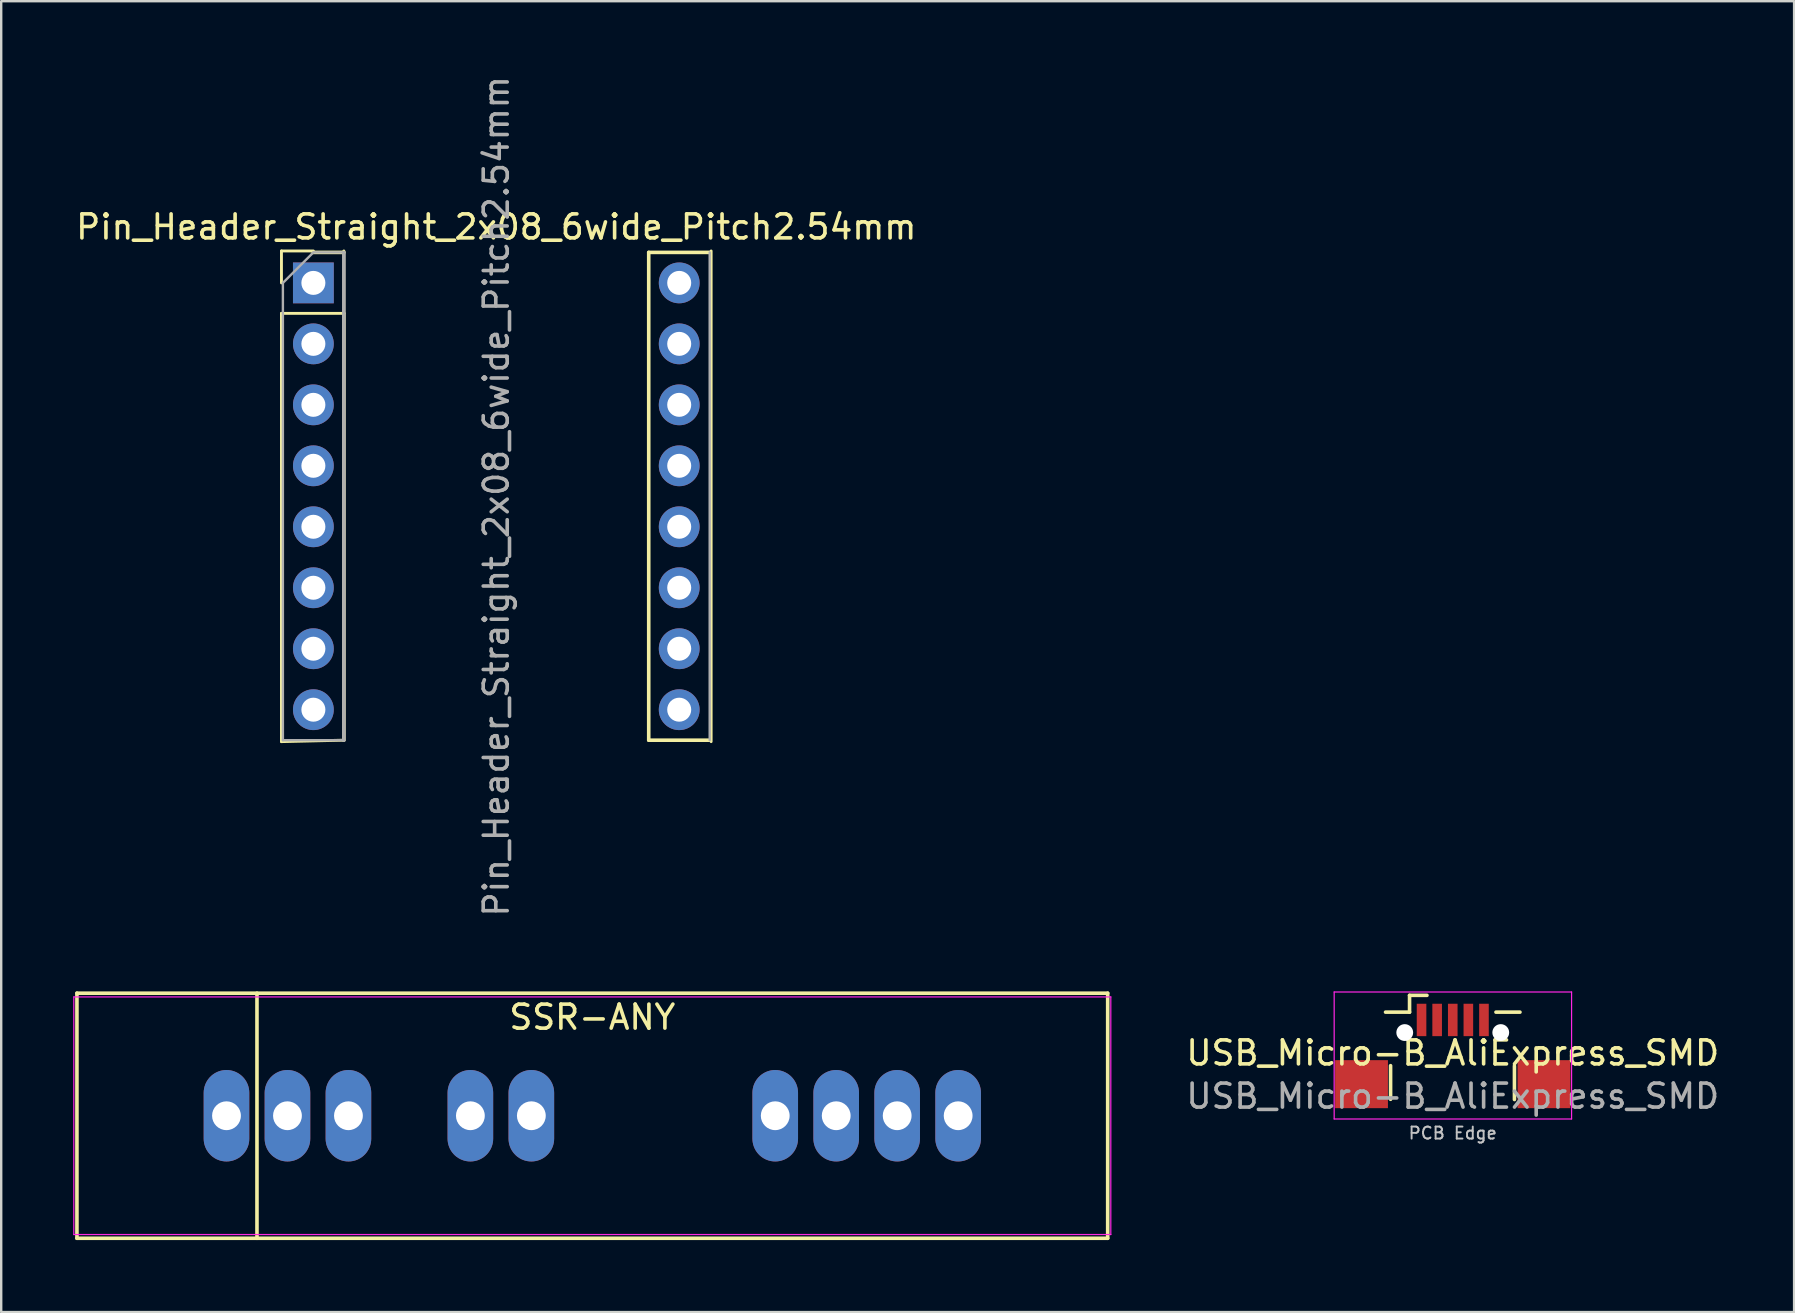
<source format=kicad_pcb>
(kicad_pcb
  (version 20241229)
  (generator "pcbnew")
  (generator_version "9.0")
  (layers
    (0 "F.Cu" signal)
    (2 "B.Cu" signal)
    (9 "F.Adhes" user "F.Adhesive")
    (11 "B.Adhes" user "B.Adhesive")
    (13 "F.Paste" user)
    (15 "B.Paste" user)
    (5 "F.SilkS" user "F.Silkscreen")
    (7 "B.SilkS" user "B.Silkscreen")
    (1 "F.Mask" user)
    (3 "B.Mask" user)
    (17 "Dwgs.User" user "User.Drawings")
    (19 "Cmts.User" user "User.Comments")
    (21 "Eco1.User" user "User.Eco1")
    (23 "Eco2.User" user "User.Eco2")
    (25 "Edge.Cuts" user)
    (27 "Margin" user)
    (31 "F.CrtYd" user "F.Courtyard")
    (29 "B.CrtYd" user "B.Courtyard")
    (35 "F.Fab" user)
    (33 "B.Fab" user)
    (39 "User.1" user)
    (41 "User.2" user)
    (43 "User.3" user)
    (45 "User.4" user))
  (footprint "SSR-ANY"
    (layer "F.Cu")
    (at 21.625 43.43)
    (property "Reference" "SSR-ANY" (at 0 -4.105 0) (layer "F.SilkS") (effects (font (size 1 1) (thickness 0.15))))
    (attr through_hole)
    (fp_line (start -21.47 -5.105) (end -21.47 5.105) (stroke (width 0.15) (type solid)) (layer "F.SilkS"))
    (fp_line (start -21.47 5.105) (end 21.47 5.105) (stroke (width 0.15) (type solid)) (layer "F.SilkS"))
    (fp_line (start -13.97 5.105) (end -13.97 -5.105) (stroke (width 0.15) (type solid)) (layer "F.SilkS"))
    (fp_line (start 21.47 -5.105) (end -21.47 -5.105) (stroke (width 0.15) (type solid)) (layer "F.SilkS"))
    (fp_line (start 21.47 5.105) (end 21.47 -5.105) (stroke (width 0.15) (type solid)) (layer "F.SilkS"))
    (fp_line (start -21.6 -4.95) (end -21.6 4.95) (stroke (width 0.05) (type solid)) (layer "F.CrtYd"))
    (fp_line (start -21.6 4.95) (end 21.6 4.95) (stroke (width 0.05) (type solid)) (layer "F.CrtYd"))
    (fp_line (start 21.6 -4.95) (end -21.6 -4.95) (stroke (width 0.05) (type solid)) (layer "F.CrtYd"))
    (fp_line (start 21.6 4.95) (end 21.6 -4.95) (stroke (width 0.05) (type solid)) (layer "F.CrtYd"))
    (pad "1" thru_hole oval (at -15.24 0) (size 1.9 3.81) (drill 1.2) (layers "*.Cu" "*.Mask"))
    (pad "1" thru_hole oval (at -12.7 0) (size 1.9 3.81) (drill 1.2) (layers "*.Cu" "*.Mask"))
    (pad "1" thru_hole oval (at -10.16 0) (size 1.9 3.81) (drill 1.2) (layers "*.Cu" "*.Mask"))
    (pad "2" thru_hole oval (at -5.08 0) (size 1.9 3.81) (drill 1.2) (layers "*.Cu" "*.Mask"))
    (pad "2" thru_hole oval (at -2.54 0) (size 1.9 3.81) (drill 1.2) (layers "*.Cu" "*.Mask"))
    (pad "3" thru_hole oval (at 7.62 0) (size 1.9 3.81) (drill 1.2) (layers "*.Cu" "*.Mask"))
    (pad "4" thru_hole oval (at 10.16 0) (size 1.9 3.81) (drill 1.2) (layers "*.Cu" "*.Mask"))
    (pad "4" thru_hole oval (at 12.7 0) (size 1.9 3.81) (drill 1.2) (layers "*.Cu" "*.Mask"))
    (pad "4" thru_hole oval (at 15.24 0) (size 1.9 3.81) (drill 1.2) (layers "*.Cu" "*.Mask")))
  (footprint "Pin_Header_Straight_2x08_6wide_Pitch2.54mm"
    (layer "F.Cu")
    (at 10.005 8.735)
    (property "Reference" "Pin_Header_Straight_2x08_6wide_Pitch2.54mm" (at 7.62 -2.33 0) (layer "F.SilkS") (effects (font (size 1 1) (thickness 0.15))))
    (attr through_hole)
    (fp_line (start -1.33 -1.33) (end 0 -1.33) (stroke (width 0.12) (type solid)) (layer "F.SilkS"))
    (fp_line (start -1.33 0) (end -1.33 -1.33) (stroke (width 0.12) (type solid)) (layer "F.SilkS"))
    (fp_line (start -1.33 1.27) (end -1.33 19.11) (stroke (width 0.12) (type solid)) (layer "F.SilkS"))
    (fp_line (start -1.33 1.27) (end 1.27 1.27) (stroke (width 0.12) (type solid)) (layer "F.SilkS"))
    (fp_line (start -1.33 19.11) (end 1.27 19.05) (stroke (width 0.12) (type solid)) (layer "F.SilkS"))
    (fp_line (start 0 -1.27) (end 1.27 -1.27) (stroke (width 0.15) (type solid)) (layer "F.SilkS"))
    (fp_line (start 1.27 1.27) (end 1.27 -1.33) (stroke (width 0.12) (type solid)) (layer "F.SilkS"))
    (fp_line (start 1.27 19.05) (end 1.27 1.27) (stroke (width 0.15) (type solid)) (layer "F.SilkS"))
    (fp_line (start 13.97 -1.27) (end 16.51 -1.27) (stroke (width 0.15) (type solid)) (layer "F.SilkS"))
    (fp_line (start 13.97 19.05) (end 13.97 -1.27) (stroke (width 0.15) (type solid)) (layer "F.SilkS"))
    (fp_line (start 16.51 19.05) (end 13.97 19.05) (stroke (width 0.15) (type solid)) (layer "F.SilkS"))
    (fp_line (start 16.57 -1.33) (end 16.57 19.11) (stroke (width 0.12) (type solid)) (layer "F.SilkS"))
    (fp_line (start -1.27 0) (end 0 -1.27) (stroke (width 0.1) (type solid)) (layer "F.Fab"))
    (fp_line (start -1.27 19.05) (end -1.27 0) (stroke (width 0.1) (type solid)) (layer "F.Fab"))
    (fp_line (start 0 -1.27) (end 1.27 -1.27) (stroke (width 0.1) (type solid)) (layer "F.Fab"))
    (fp_line (start 1.27 19.05) (end -1.27 19.05) (stroke (width 0.1) (type solid)) (layer "F.Fab"))
    (fp_line (start 1.27 19.05) (end 1.27 -1.27) (stroke (width 0.15) (type solid)) (layer "F.Fab"))
    (fp_line (start 16.51 -1.27) (end 16.51 19.05) (stroke (width 0.1) (type solid)) (layer "F.Fab"))
    (fp_text user "${REFERENCE}" (at 7.62 8.89 90) (layer "F.Fab") (effects (font (size 1 1) (thickness 0.15))))
    (pad "1" thru_hole rect (at 0 0) (size 1.7 1.7) (drill 1) (layers "*.Cu" "*.Mask"))
    (pad "2" thru_hole oval (at 0 2.54) (size 1.7 1.7) (drill 1) (layers "*.Cu" "*.Mask"))
    (pad "3" thru_hole oval (at 0 5.08) (size 1.7 1.7) (drill 1) (layers "*.Cu" "*.Mask"))
    (pad "4" thru_hole oval (at 0 7.62) (size 1.7 1.7) (drill 1) (layers "*.Cu" "*.Mask"))
    (pad "5" thru_hole oval (at 0 10.16) (size 1.7 1.7) (drill 1) (layers "*.Cu" "*.Mask"))
    (pad "6" thru_hole oval (at 0 12.7) (size 1.7 1.7) (drill 1) (layers "*.Cu" "*.Mask"))
    (pad "7" thru_hole oval (at 0 15.24) (size 1.7 1.7) (drill 1) (layers "*.Cu" "*.Mask"))
    (pad "8" thru_hole oval (at 0 17.78) (size 1.7 1.7) (drill 1) (layers "*.Cu" "*.Mask"))
    (pad "9" thru_hole oval (at 15.24 17.78) (size 1.7 1.7) (drill 1) (layers "*.Cu" "*.Mask"))
    (pad "10" thru_hole oval (at 15.24 15.24) (size 1.7 1.7) (drill 1) (layers "*.Cu" "*.Mask"))
    (pad "11" thru_hole oval (at 15.24 12.7) (size 1.7 1.7) (drill 1) (layers "*.Cu" "*.Mask"))
    (pad "12" thru_hole oval (at 15.24 10.16) (size 1.7 1.7) (drill 1) (layers "*.Cu" "*.Mask"))
    (pad "13" thru_hole oval (at 15.24 7.62) (size 1.7 1.7) (drill 1) (layers "*.Cu" "*.Mask"))
    (pad "14" thru_hole oval (at 15.24 5.08) (size 1.7 1.7) (drill 1) (layers "*.Cu" "*.Mask"))
    (pad "15" thru_hole oval (at 15.24 2.54) (size 1.7 1.7) (drill 1) (layers "*.Cu" "*.Mask"))
    (pad "16" thru_hole oval (at 15.24 0) (size 1.7 1.7) (drill 1) (layers "*.Cu" "*.Mask")))
  (footprint "USB_Micro-B_AliExpress_SMD"
    (layer "F.Cu")
    (at 57.47 42.115)
    (property "Reference" "USB_Micro-B_AliExpress_SMD" (at 0 -1.3 0) (layer "F.SilkS") (effects (font (size 1 1) (thickness 0.15))))
    (attr smd)
    (fp_line (start -2.59 -0.77) (end -2.59 0.63) (stroke (width 0.15) (type solid)) (layer "F.SilkS"))
    (fp_line (start -1.8 -3.7) (end -1.8 -3) (stroke (width 0.15) (type solid)) (layer "F.SilkS"))
    (fp_line (start -1.8 -3) (end -2.8 -3) (stroke (width 0.15) (type solid)) (layer "F.SilkS"))
    (fp_line (start -1.075 -3.7) (end -1.8 -3.7) (stroke (width 0.15) (type solid)) (layer "F.SilkS"))
    (fp_line (start 1.8 -3) (end 2.8 -3) (stroke (width 0.15) (type solid)) (layer "F.SilkS"))
    (fp_line (start 2.57 0.64) (end 2.57 -0.76) (stroke (width 0.15) (type solid)) (layer "F.SilkS"))
    (fp_line (start -4.94 -3.84) (end -4.94 1.45) (stroke (width 0.05) (type solid)) (layer "F.CrtYd"))
    (fp_line (start -4.94 1.45) (end 4.95 1.45) (stroke (width 0.05) (type solid)) (layer "F.CrtYd"))
    (fp_line (start 4.95 -3.84) (end -4.94 -3.84) (stroke (width 0.05) (type solid)) (layer "F.CrtYd"))
    (fp_line (start 4.95 1.45) (end 4.95 -3.84) (stroke (width 0.05) (type solid)) (layer "F.CrtYd"))
    (fp_text user "PCB Edge" (at 0 2.04 0) (layer "Dwgs.User") (effects (font (size 0.5 0.5) (thickness 0.08))))
    (fp_text user "${REFERENCE}" (at 0 0.5 0) (layer "F.Fab") (effects (font (size 1 1) (thickness 0.15))))
    (pad "" np_thru_hole circle (at -2 -2.15) (size 0.7 0.7) (drill 0.7) (layers "*.Cu" "*.Mask"))
    (pad "" np_thru_hole circle (at 2 -2.15) (size 0.7 0.7) (drill 0.7) (layers "*.Cu" "*.Mask"))
    (pad "1" smd rect (at -1.3 -2.675) (size 0.4 1.35) (layers "F.Cu" "F.Mask" "F.Paste"))
    (pad "2" smd rect (at -0.65 -2.675) (size 0.4 1.35) (layers "F.Cu" "F.Mask" "F.Paste"))
    (pad "3" smd rect (at 0 -2.675) (size 0.4 1.35) (layers "F.Cu" "F.Mask" "F.Paste"))
    (pad "4" smd rect (at 0.65 -2.675) (size 0.4 1.35) (layers "F.Cu" "F.Mask" "F.Paste"))
    (pad "5" smd rect (at 1.3 -2.675) (size 0.4 1.35) (layers "F.Cu" "F.Mask" "F.Paste"))
    (pad "6" smd rect (at -3.8 0) (size 2.2 2) (layers "F.Cu" "F.Mask" "F.Paste"))
    (pad "6" smd rect (at 3.8 0) (size 2.2 2) (layers "F.Cu" "F.Mask" "F.Paste")))
  (gr_rect
    (start -3 -3)
    (end 71.69 51.61)
    (stroke (width 0.1) (type default))
    (fill no)
    (layer "Edge.Cuts")))
</source>
